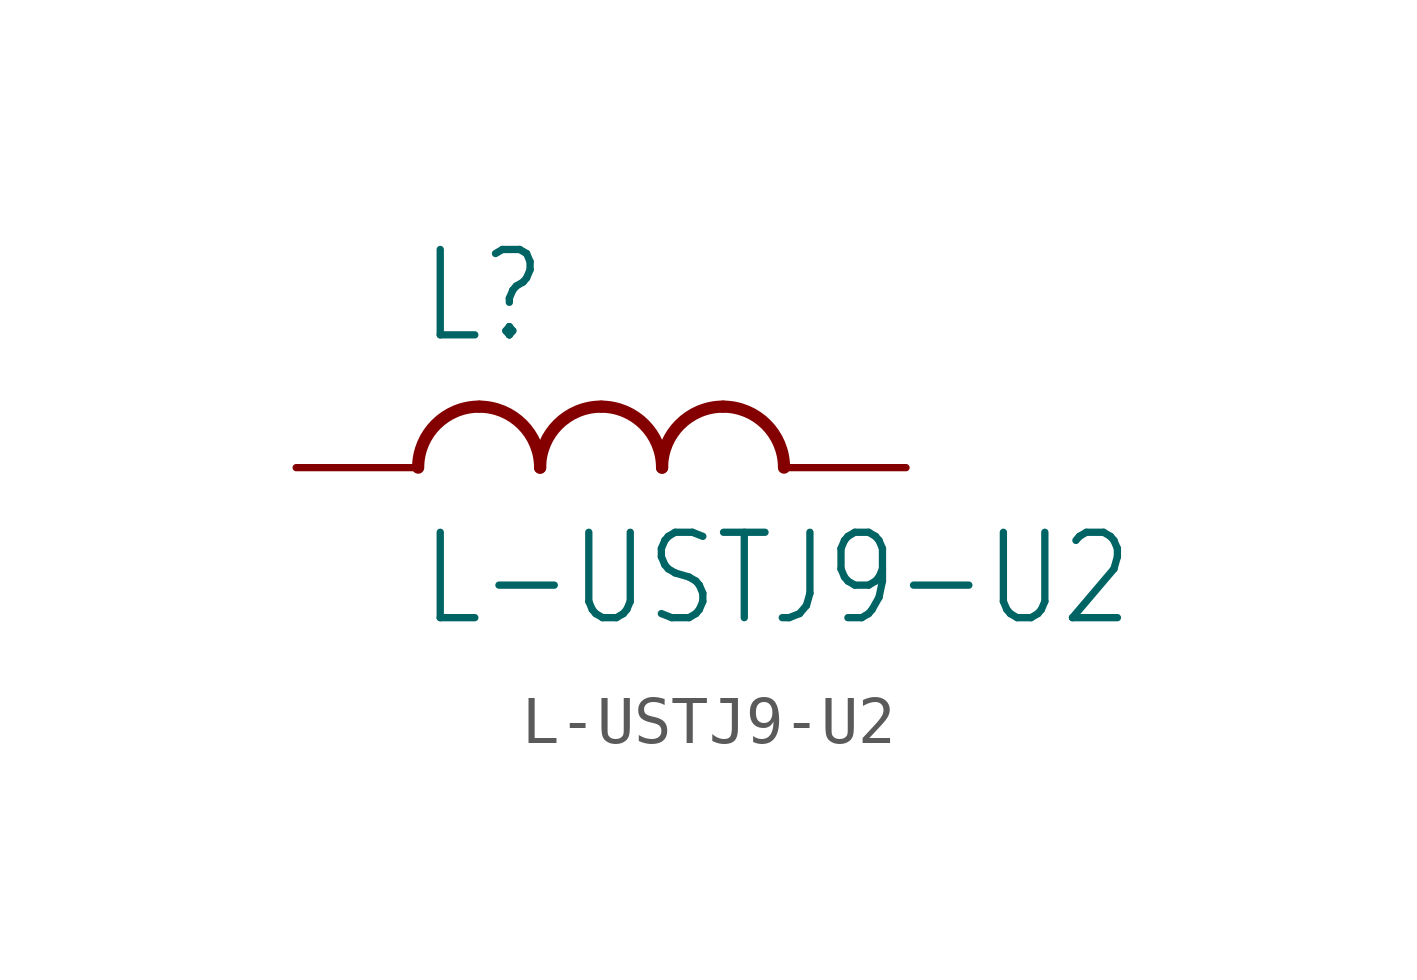
<source format=kicad_sym>
(kicad_symbol_lib
  (version 20211014)
  (generator kicad_symbol_editor)
  (symbol "L-USTJ9-U2"
    (property "Reference" "L"
      (at -5.08 2.54 0)
      (effects (font (size 1.778 1.511)) (justify left bottom)))
    (property "Value" "L-USTJ9-U2"
      (at -5.08 -1.27 0)
      (effects (font (size 1.778 1.511)) (justify left top)))
    (property "ki_locked" ""
      (at 0 0 0)
      (effects (font (size 1.27 1.27))))
    (symbol "L-USTJ9-U2_1_0"
      (arc (start -3.81 1.27) (mid -4.708 0.898) (end -5.08 0) (stroke (width 0.254) (type default) (color 0 0 0 0)) (fill (type none)))
      (arc (start -2.54 0) (mid -2.912 0.898) (end -3.81 1.27) (stroke (width 0.254) (type default) (color 0 0 0 0)) (fill (type none)))
      (arc (start -1.27 1.27) (mid -2.168 0.898) (end -2.54 0) (stroke (width 0.254) (type default) (color 0 0 0 0)) (fill (type none)))
      (arc (start 0 0) (mid -0.372 0.898) (end -1.27 1.27) (stroke (width 0.254) (type default) (color 0 0 0 0)) (fill (type none)))
      (arc (start 1.27 1.27) (mid 0.372 0.898) (end 0 0) (stroke (width 0.254) (type default) (color 0 0 0 0)) (fill (type none)))
      (arc (start 2.54 0) (mid 2.168 0.898) (end 1.27 1.27) (stroke (width 0.254) (type default) (color 0 0 0 0)) (fill (type none)))
      (pin passive line (at -7.62 0 0) (length 2.54) (name "1" (effects (font (size 0 0)))) (number "1" (effects (font (size 0 0)))))
      (pin passive line (at 5.08 0 180) (length 2.54) (name "2" (effects (font (size 0 0)))) (number "2" (effects (font (size 0 0))))))))
</source>
